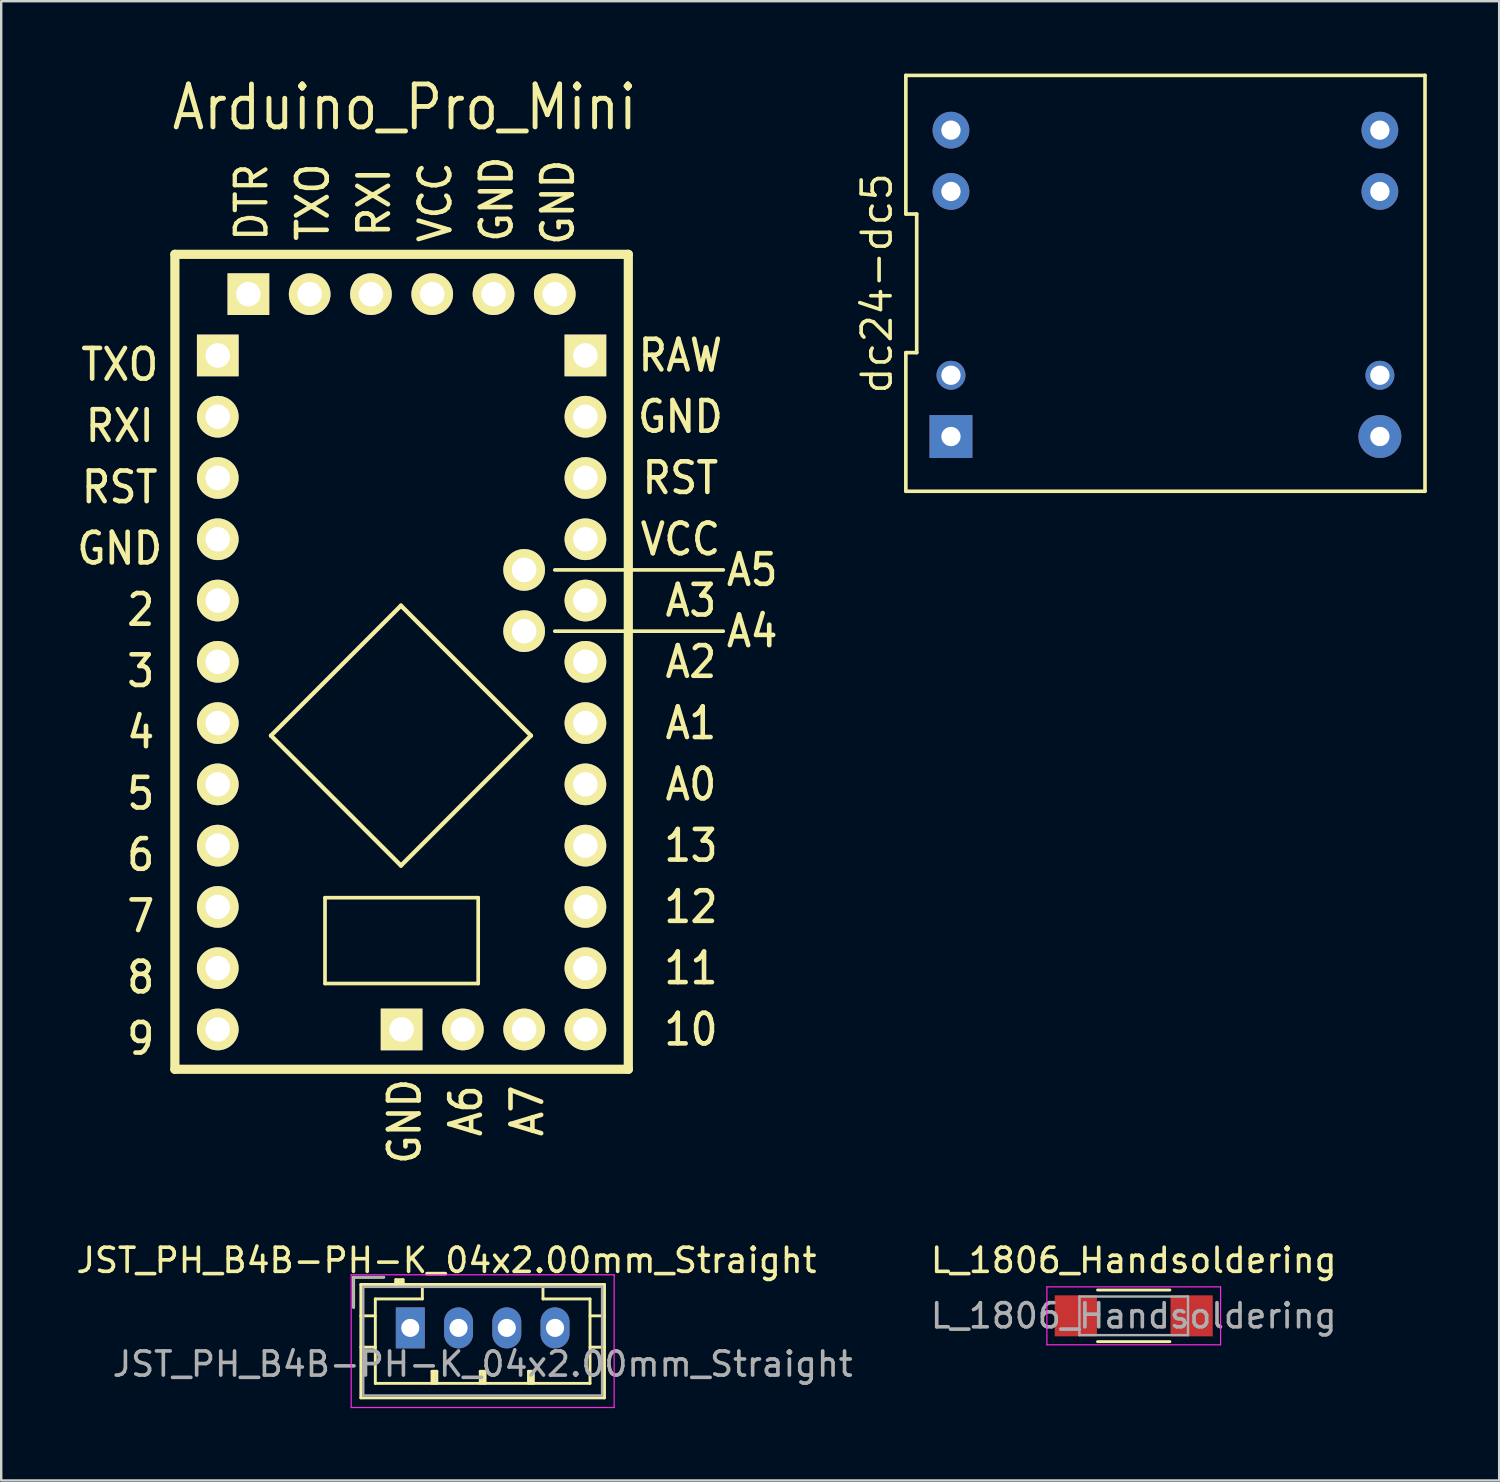
<source format=kicad_pcb>
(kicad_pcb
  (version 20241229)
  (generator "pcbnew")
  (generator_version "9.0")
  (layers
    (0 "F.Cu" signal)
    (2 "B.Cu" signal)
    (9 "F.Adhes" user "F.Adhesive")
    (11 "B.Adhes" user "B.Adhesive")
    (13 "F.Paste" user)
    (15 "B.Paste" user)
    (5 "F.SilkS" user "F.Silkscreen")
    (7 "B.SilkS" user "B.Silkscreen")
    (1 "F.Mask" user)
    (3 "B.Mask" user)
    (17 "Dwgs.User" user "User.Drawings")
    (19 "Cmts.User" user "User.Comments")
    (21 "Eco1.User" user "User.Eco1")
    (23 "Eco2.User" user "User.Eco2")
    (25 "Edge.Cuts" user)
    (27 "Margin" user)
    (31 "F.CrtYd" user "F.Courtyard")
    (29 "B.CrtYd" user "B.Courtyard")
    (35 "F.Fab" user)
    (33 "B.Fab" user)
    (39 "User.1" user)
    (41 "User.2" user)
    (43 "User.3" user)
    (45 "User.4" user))
  (footprint "JST_PH_B4B-PH-K_04x2.00mm_Straight"
    (layer "F.Cu")
    (at 13.958 51.995)
    (property "Reference" "JST_PH_B4B-PH-K_04x2.00mm_Straight" (at 1.5 -2.8 0) (layer "F.SilkS") (effects (font (size 1 1) (thickness 0.15))))
    (attr through_hole)
    (fp_line (start -2.35 -2.1) (end -2.35 -0.85) (stroke (width 0.12) (type solid)) (layer "F.SilkS"))
    (fp_line (start -2.05 -1.8) (end -2.05 2.9) (stroke (width 0.12) (type solid)) (layer "F.SilkS"))
    (fp_line (start -2.05 -0.5) (end -1.45 -0.5) (stroke (width 0.12) (type solid)) (layer "F.SilkS"))
    (fp_line (start -2.05 0.8) (end -1.45 0.8) (stroke (width 0.12) (type solid)) (layer "F.SilkS"))
    (fp_line (start -2.05 2.9) (end 8.05 2.9) (stroke (width 0.12) (type solid)) (layer "F.SilkS"))
    (fp_line (start -1.45 -1.2) (end -1.45 2.3) (stroke (width 0.12) (type solid)) (layer "F.SilkS"))
    (fp_line (start -1.45 2.3) (end 7.45 2.3) (stroke (width 0.12) (type solid)) (layer "F.SilkS"))
    (fp_line (start -1.1 -2.1) (end -2.35 -2.1) (stroke (width 0.12) (type solid)) (layer "F.SilkS"))
    (fp_line (start -0.6 -2) (end -0.6 -1.8) (stroke (width 0.12) (type solid)) (layer "F.SilkS"))
    (fp_line (start -0.3 -2) (end -0.6 -2) (stroke (width 0.12) (type solid)) (layer "F.SilkS"))
    (fp_line (start -0.3 -1.9) (end -0.6 -1.9) (stroke (width 0.12) (type solid)) (layer "F.SilkS"))
    (fp_line (start -0.3 -1.8) (end -0.3 -2) (stroke (width 0.12) (type solid)) (layer "F.SilkS"))
    (fp_line (start 0.5 -1.8) (end 0.5 -1.2) (stroke (width 0.12) (type solid)) (layer "F.SilkS"))
    (fp_line (start 0.5 -1.2) (end -1.45 -1.2) (stroke (width 0.12) (type solid)) (layer "F.SilkS"))
    (fp_line (start 0.9 1.8) (end 1.1 1.8) (stroke (width 0.12) (type solid)) (layer "F.SilkS"))
    (fp_line (start 0.9 2.3) (end 0.9 1.8) (stroke (width 0.12) (type solid)) (layer "F.SilkS"))
    (fp_line (start 1 2.3) (end 1 1.8) (stroke (width 0.12) (type solid)) (layer "F.SilkS"))
    (fp_line (start 1.1 1.8) (end 1.1 2.3) (stroke (width 0.12) (type solid)) (layer "F.SilkS"))
    (fp_line (start 2.9 1.8) (end 3.1 1.8) (stroke (width 0.12) (type solid)) (layer "F.SilkS"))
    (fp_line (start 2.9 2.3) (end 2.9 1.8) (stroke (width 0.12) (type solid)) (layer "F.SilkS"))
    (fp_line (start 3 2.3) (end 3 1.8) (stroke (width 0.12) (type solid)) (layer "F.SilkS"))
    (fp_line (start 3.1 1.8) (end 3.1 2.3) (stroke (width 0.12) (type solid)) (layer "F.SilkS"))
    (fp_line (start 4.9 1.8) (end 5.1 1.8) (stroke (width 0.12) (type solid)) (layer "F.SilkS"))
    (fp_line (start 4.9 2.3) (end 4.9 1.8) (stroke (width 0.12) (type solid)) (layer "F.SilkS"))
    (fp_line (start 5 2.3) (end 5 1.8) (stroke (width 0.12) (type solid)) (layer "F.SilkS"))
    (fp_line (start 5.1 1.8) (end 5.1 2.3) (stroke (width 0.12) (type solid)) (layer "F.SilkS"))
    (fp_line (start 5.5 -1.2) (end 5.5 -1.8) (stroke (width 0.12) (type solid)) (layer "F.SilkS"))
    (fp_line (start 7.45 -1.2) (end 5.5 -1.2) (stroke (width 0.12) (type solid)) (layer "F.SilkS"))
    (fp_line (start 7.45 2.3) (end 7.45 -1.2) (stroke (width 0.12) (type solid)) (layer "F.SilkS"))
    (fp_line (start 8.05 -1.8) (end -2.05 -1.8) (stroke (width 0.12) (type solid)) (layer "F.SilkS"))
    (fp_line (start 8.05 -0.5) (end 7.45 -0.5) (stroke (width 0.12) (type solid)) (layer "F.SilkS"))
    (fp_line (start 8.05 0.8) (end 7.45 0.8) (stroke (width 0.12) (type solid)) (layer "F.SilkS"))
    (fp_line (start 8.05 2.9) (end 8.05 -1.8) (stroke (width 0.12) (type solid)) (layer "F.SilkS"))
    (fp_line (start -2.45 -2.2) (end -2.45 3.3) (stroke (width 0.05) (type solid)) (layer "F.CrtYd"))
    (fp_line (start -2.45 3.3) (end 8.45 3.3) (stroke (width 0.05) (type solid)) (layer "F.CrtYd"))
    (fp_line (start 8.45 -2.2) (end -2.45 -2.2) (stroke (width 0.05) (type solid)) (layer "F.CrtYd"))
    (fp_line (start 8.45 3.3) (end 8.45 -2.2) (stroke (width 0.05) (type solid)) (layer "F.CrtYd"))
    (fp_line (start -2.35 -2.1) (end -2.35 -0.85) (stroke (width 0.1) (type solid)) (layer "F.Fab"))
    (fp_line (start -1.95 -1.7) (end -1.95 2.8) (stroke (width 0.1) (type solid)) (layer "F.Fab"))
    (fp_line (start -1.95 2.8) (end 7.95 2.8) (stroke (width 0.1) (type solid)) (layer "F.Fab"))
    (fp_line (start -1.1 -2.1) (end -2.35 -2.1) (stroke (width 0.1) (type solid)) (layer "F.Fab"))
    (fp_line (start 7.95 -1.7) (end -1.95 -1.7) (stroke (width 0.1) (type solid)) (layer "F.Fab"))
    (fp_line (start 7.95 2.8) (end 7.95 -1.7) (stroke (width 0.1) (type solid)) (layer "F.Fab"))
    (fp_text user "${REFERENCE}" (at 3 1.5 0) (layer "F.Fab") (effects (font (size 1 1) (thickness 0.15))))
    (pad "1" thru_hole rect (at 0 0) (size 1.2 1.7) (drill 0.75) (layers "*.Cu" "*.Mask"))
    (pad "2" thru_hole oval (at 2 0) (size 1.2 1.7) (drill 0.75) (layers "*.Cu" "*.Mask"))
    (pad "3" thru_hole oval (at 4 0) (size 1.2 1.7) (drill 0.75) (layers "*.Cu" "*.Mask"))
    (pad "4" thru_hole oval (at 6 0) (size 1.2 1.7) (drill 0.75) (layers "*.Cu" "*.Mask")))
  (footprint "Arduino_Pro_Mini"
    (layer "F.Cu")
    (at 13.597 24.384)
    (property "Reference" "Arduino_Pro_Mini" (at 0.127 -22.987 0) (layer "F.SilkS") (effects (font (size 1.778 1.524) (thickness 0.203))))
    (attr through_hole)
    (fp_line (start -9.398 -16.891) (end 9.398 -16.891) (stroke (width 0.381) (type solid)) (layer "F.SilkS"))
    (fp_line (start -9.398 16.891) (end -9.398 -16.891) (stroke (width 0.381) (type solid)) (layer "F.SilkS"))
    (fp_line (start -5.414 3.059) (end -0.026 -2.329) (stroke (width 0.178) (type solid)) (layer "F.SilkS"))
    (fp_line (start -5.414 3.059) (end -0.026 8.447) (stroke (width 0.178) (type solid)) (layer "F.SilkS"))
    (fp_line (start -3.175 9.779) (end -3.175 13.335) (stroke (width 0.152) (type solid)) (layer "F.SilkS"))
    (fp_line (start -3.175 13.335) (end 3.175 13.335) (stroke (width 0.152) (type solid)) (layer "F.SilkS"))
    (fp_line (start -0.026 -2.329) (end 5.362 3.059) (stroke (width 0.178) (type solid)) (layer "F.SilkS"))
    (fp_line (start -0.026 8.447) (end 5.362 3.059) (stroke (width 0.178) (type solid)) (layer "F.SilkS"))
    (fp_line (start 3.175 9.779) (end -3.175 9.779) (stroke (width 0.152) (type solid)) (layer "F.SilkS"))
    (fp_line (start 3.175 9.779) (end 3.175 13.335) (stroke (width 0.152) (type solid)) (layer "F.SilkS"))
    (fp_line (start 6.35 -3.81) (end 13.335 -3.81) (stroke (width 0.152) (type solid)) (layer "F.SilkS"))
    (fp_line (start 6.35 -1.27) (end 13.335 -1.27) (stroke (width 0.152) (type solid)) (layer "F.SilkS"))
    (fp_line (start 9.398 -16.891) (end 9.398 16.891) (stroke (width 0.381) (type solid)) (layer "F.SilkS"))
    (fp_line (start 9.398 16.891) (end -9.398 16.891) (stroke (width 0.381) (type solid)) (layer "F.SilkS"))
    (fp_text user "TXO" (at -3.683 -19.05 90) (layer "F.SilkS") (effects (font (size 1.27 1.143) (thickness 0.191))))
    (fp_text user " 12" (at 11.557 10.16 0) (layer "F.SilkS") (effects (font (size 1.27 1.143) (thickness 0.191))))
    (fp_text user "GND" (at 3.937 -19.177 90) (layer "F.SilkS") (effects (font (size 1.27 1.143) (thickness 0.191))))
    (fp_text user "  2" (at -11.684 -2.159 0) (layer "F.SilkS") (effects (font (size 1.27 1.143) (thickness 0.191))))
    (fp_text user "GND" (at 11.557 -10.16 0) (layer "F.SilkS") (effects (font (size 1.27 1.143) (thickness 0.191))))
    (fp_text user "  7" (at -11.684 10.541 0) (layer "F.SilkS") (effects (font (size 1.27 1.143) (thickness 0.191))))
    (fp_text user "  8" (at -11.684 13.081 0) (layer "F.SilkS") (effects (font (size 1.27 1.143) (thickness 0.191))))
    (fp_text user " A2" (at 11.557 0 0) (layer "F.SilkS") (effects (font (size 1.27 1.143) (thickness 0.191))))
    (fp_text user "GND" (at 0.127 19.05 90) (layer "F.SilkS") (effects (font (size 1.27 1.143) (thickness 0.191))))
    (fp_text user "  6" (at -11.684 8.001 0) (layer "F.SilkS") (effects (font (size 1.27 1.143) (thickness 0.191))))
    (fp_text user "RST" (at 11.557 -7.62 0) (layer "F.SilkS") (effects (font (size 1.27 1.143) (thickness 0.191))))
    (fp_text user "  5" (at -11.684 5.461 0) (layer "F.SilkS") (effects (font (size 1.27 1.143) (thickness 0.191))))
    (fp_text user "  4" (at -11.684 2.921 0) (layer "F.SilkS") (effects (font (size 1.27 1.143) (thickness 0.191))))
    (fp_text user " A0" (at 11.557 5.08 0) (layer "F.SilkS") (effects (font (size 1.27 1.143) (thickness 0.191))))
    (fp_text user "DTR" (at -6.223 -19.05 90) (layer "F.SilkS") (effects (font (size 1.27 1.143) (thickness 0.178))))
    (fp_text user " 13" (at 11.557 7.62 0) (layer "F.SilkS") (effects (font (size 1.27 1.143) (thickness 0.191))))
    (fp_text user "  3" (at -11.684 0.381 0) (layer "F.SilkS") (effects (font (size 1.27 1.143) (thickness 0.191))))
    (fp_text user "GND" (at -11.684 -4.699 0) (layer "F.SilkS") (effects (font (size 1.27 1.143) (thickness 0.191))))
    (fp_text user " A6" (at 2.667 19.05 90) (layer "F.SilkS") (effects (font (size 1.27 1.143) (thickness 0.191))))
    (fp_text user " 11" (at 11.557 12.7 0) (layer "F.SilkS") (effects (font (size 1.27 1.143) (thickness 0.191))))
    (fp_text user "VCC" (at 11.557 -5.08 0) (layer "F.SilkS") (effects (font (size 1.27 1.143) (thickness 0.191))))
    (fp_text user "TXO" (at -11.684 -12.319 0) (layer "F.SilkS") (effects (font (size 1.27 1.143) (thickness 0.191))))
    (fp_text user " A4" (at 14.097 -1.27 0) (layer "F.SilkS") (effects (font (size 1.27 1.143) (thickness 0.191))))
    (fp_text user "RXI" (at -11.684 -9.779 0) (layer "F.SilkS") (effects (font (size 1.27 1.143) (thickness 0.191))))
    (fp_text user "RAW" (at 11.557 -12.7 0) (layer "F.SilkS") (effects (font (size 1.27 1.143) (thickness 0.191))))
    (fp_text user " A7" (at 5.207 19.05 90) (layer "F.SilkS") (effects (font (size 1.27 1.143) (thickness 0.191))))
    (fp_text user " A1" (at 11.557 2.54 0) (layer "F.SilkS") (effects (font (size 1.27 1.143) (thickness 0.191))))
    (fp_text user "  9" (at -11.684 15.621 0) (layer "F.SilkS") (effects (font (size 1.27 1.143) (thickness 0.191))))
    (fp_text user "VCC" (at 1.397 -19.05 90) (layer "F.SilkS") (effects (font (size 1.27 1.143) (thickness 0.191))))
    (fp_text user " A5" (at 14.097 -3.81 0) (layer "F.SilkS") (effects (font (size 1.27 1.143) (thickness 0.191))))
    (fp_text user "RXI" (at -1.143 -19.05 90) (layer "F.SilkS") (effects (font (size 1.27 1.143) (thickness 0.191))))
    (fp_text user "GND" (at 6.477 -19.05 90) (layer "F.SilkS") (effects (font (size 1.27 1.143) (thickness 0.191))))
    (fp_text user " A3" (at 11.557 -2.54 0) (layer "F.SilkS") (effects (font (size 1.27 1.143) (thickness 0.191))))
    (fp_text user " 10" (at 11.557 15.24 0) (layer "F.SilkS") (effects (font (size 1.27 1.143) (thickness 0.191))))
    (fp_text user "RST" (at -11.684 -7.239 0) (layer "F.SilkS") (effects (font (size 1.27 1.143) (thickness 0.191))))
    (pad "1A" thru_hole rect (at 7.62 -12.7) (size 1.727 1.727) (drill 1.016) (layers "*.Cu" "*.Mask" "F.SilkS"))
    (pad "1B" thru_hole rect (at 0 15.24) (size 1.727 1.727) (drill 1.016) (layers "*.Cu" "*.Mask" "F.SilkS"))
    (pad "1C" thru_hole rect (at -6.35 -15.24) (size 1.727 1.727) (drill 1.016) (layers "*.Cu" "*.Mask" "F.SilkS"))
    (pad "1D" thru_hole rect (at -7.62 -12.7) (size 1.727 1.727) (drill 1.016) (layers "*.Cu" "*.Mask" "F.SilkS"))
    (pad "2A" thru_hole circle (at 7.62 -10.16) (size 1.727 1.727) (drill 1.016) (layers "*.Cu" "*.Mask" "F.SilkS"))
    (pad "2B" thru_hole circle (at 2.54 15.24) (size 1.727 1.727) (drill 1.016) (layers "*.Cu" "*.Mask" "F.SilkS"))
    (pad "2C" thru_hole circle (at -3.81 -15.24) (size 1.727 1.727) (drill 1.016) (layers "*.Cu" "*.Mask" "F.SilkS"))
    (pad "2D" thru_hole circle (at -7.62 -10.16) (size 1.727 1.727) (drill 1.016) (layers "*.Cu" "*.Mask" "F.SilkS"))
    (pad "3A" thru_hole circle (at 7.62 -7.62) (size 1.727 1.727) (drill 1.016) (layers "*.Cu" "*.Mask" "F.SilkS"))
    (pad "3B" thru_hole circle (at 5.08 15.24) (size 1.727 1.727) (drill 1.016) (layers "*.Cu" "*.Mask" "F.SilkS"))
    (pad "3C" thru_hole circle (at -1.27 -15.24) (size 1.727 1.727) (drill 1.016) (layers "*.Cu" "*.Mask" "F.SilkS"))
    (pad "3D" thru_hole circle (at -7.62 -7.62) (size 1.727 1.727) (drill 1.016) (layers "*.Cu" "*.Mask" "F.SilkS"))
    (pad "4A" thru_hole circle (at 7.62 -5.08) (size 1.727 1.727) (drill 1.016) (layers "*.Cu" "*.Mask" "F.SilkS"))
    (pad "4B" thru_hole circle (at 5.08 -1.27) (size 1.727 1.727) (drill 1.016) (layers "*.Cu" "*.Mask" "F.SilkS"))
    (pad "4C" thru_hole circle (at 1.27 -15.24) (size 1.727 1.727) (drill 1.016) (layers "*.Cu" "*.Mask" "F.SilkS"))
    (pad "4D" thru_hole circle (at -7.62 -5.08) (size 1.727 1.727) (drill 1.016) (layers "*.Cu" "*.Mask" "F.SilkS"))
    (pad "5A" thru_hole circle (at 7.62 -2.54) (size 1.727 1.727) (drill 1.016) (layers "*.Cu" "*.Mask" "F.SilkS"))
    (pad "5B" thru_hole circle (at 5.08 -3.81) (size 1.727 1.727) (drill 1.016) (layers "*.Cu" "*.Mask" "F.SilkS"))
    (pad "5C" thru_hole circle (at 3.81 -15.24) (size 1.727 1.727) (drill 1.016) (layers "*.Cu" "*.Mask" "F.SilkS"))
    (pad "5D" thru_hole circle (at -7.62 -2.54) (size 1.727 1.727) (drill 1.016) (layers "*.Cu" "*.Mask" "F.SilkS"))
    (pad "6A" thru_hole circle (at 7.62 0) (size 1.727 1.727) (drill 1.016) (layers "*.Cu" "*.Mask" "F.SilkS"))
    (pad "6C" thru_hole circle (at 6.35 -15.24) (size 1.727 1.727) (drill 1.016) (layers "*.Cu" "*.Mask" "F.SilkS"))
    (pad "6D" thru_hole circle (at -7.62 0) (size 1.727 1.727) (drill 1.016) (layers "*.Cu" "*.Mask" "F.SilkS"))
    (pad "7A" thru_hole circle (at 7.62 2.54) (size 1.727 1.727) (drill 1.016) (layers "*.Cu" "*.Mask" "F.SilkS"))
    (pad "7D" thru_hole circle (at -7.62 2.54) (size 1.727 1.727) (drill 1.016) (layers "*.Cu" "*.Mask" "F.SilkS"))
    (pad "8A" thru_hole circle (at 7.62 5.08) (size 1.727 1.727) (drill 1.016) (layers "*.Cu" "*.Mask" "F.SilkS"))
    (pad "8D" thru_hole circle (at -7.62 5.08) (size 1.727 1.727) (drill 1.016) (layers "*.Cu" "*.Mask" "F.SilkS"))
    (pad "9A" thru_hole circle (at 7.62 7.62) (size 1.727 1.727) (drill 1.016) (layers "*.Cu" "*.Mask" "F.SilkS"))
    (pad "9D" thru_hole circle (at -7.62 7.62) (size 1.727 1.727) (drill 1.016) (layers "*.Cu" "*.Mask" "F.SilkS"))
    (pad "10A" thru_hole circle (at 7.62 10.16) (size 1.727 1.727) (drill 1.016) (layers "*.Cu" "*.Mask" "F.SilkS"))
    (pad "10D" thru_hole circle (at -7.62 10.16) (size 1.727 1.727) (drill 1.016) (layers "*.Cu" "*.Mask" "F.SilkS"))
    (pad "11A" thru_hole circle (at 7.62 12.7) (size 1.727 1.727) (drill 1.016) (layers "*.Cu" "*.Mask" "F.SilkS"))
    (pad "11D" thru_hole circle (at -7.62 12.7) (size 1.727 1.727) (drill 1.016) (layers "*.Cu" "*.Mask" "F.SilkS"))
    (pad "12A" thru_hole circle (at 7.62 15.24) (size 1.727 1.727) (drill 1.016) (layers "*.Cu" "*.Mask" "F.SilkS"))
    (pad "12D" thru_hole circle (at -7.62 15.24) (size 1.727 1.727) (drill 1.016) (layers "*.Cu" "*.Mask" "F.SilkS")))
  (footprint "L_1806_Handsoldering"
    (layer "F.Cu")
    (at 43.946 51.495)
    (property "Reference" "L_1806_Handsoldering" (at 0 -2.3 0) (layer "F.SilkS") (effects (font (size 1 1) (thickness 0.15))))
    (attr smd)
    (fp_line (start -1.5 -1.07) (end 1.5 -1.07) (stroke (width 0.12) (type solid)) (layer "F.SilkS"))
    (fp_line (start 1.5 1.07) (end -1.5 1.07) (stroke (width 0.12) (type solid)) (layer "F.SilkS"))
    (fp_line (start -3.6 -1.2) (end -3.6 1.2) (stroke (width 0.05) (type solid)) (layer "F.CrtYd"))
    (fp_line (start -3.6 -1.2) (end 3.6 -1.2) (stroke (width 0.05) (type solid)) (layer "F.CrtYd"))
    (fp_line (start -3.6 1.2) (end 3.6 1.2) (stroke (width 0.05) (type solid)) (layer "F.CrtYd"))
    (fp_line (start 3.6 -1.2) (end 3.6 1.2) (stroke (width 0.05) (type solid)) (layer "F.CrtYd"))
    (fp_line (start -2.25 -0.8) (end 2.25 -0.8) (stroke (width 0.1) (type solid)) (layer "F.Fab"))
    (fp_line (start -2.25 0.8) (end -2.25 -0.8) (stroke (width 0.1) (type solid)) (layer "F.Fab"))
    (fp_line (start 2.25 -0.8) (end 2.25 0.8) (stroke (width 0.1) (type solid)) (layer "F.Fab"))
    (fp_line (start 2.25 0.8) (end -2.25 0.8) (stroke (width 0.1) (type solid)) (layer "F.Fab"))
    (fp_text user "${REFERENCE}" (at 0 0 0) (layer "F.Fab") (effects (font (size 1 1) (thickness 0.15))))
    (pad "1" smd rect (at -2.4 0) (size 1.75 1.7) (layers "F.Cu" "F.Mask" "F.Paste"))
    (pad "2" smd rect (at 2.4 0) (size 1.75 1.7) (layers "F.Cu" "F.Mask" "F.Paste")))
  (footprint "dc24-dc5"
    (layer "F.Cu")
    (at 45.26 8.695)
    (property "Reference" "dc24-dc5" (at -11.96 0 90) (layer "F.SilkS") (effects (font (size 1.2 1.2) (thickness 0.15))))
    (attr through_hole)
    (fp_line (start -10.76 -8.62) (end -10.76 -2.873) (stroke (width 0.15) (type solid)) (layer "F.SilkS"))
    (fp_line (start -10.76 -2.873) (end -10.31 -2.873) (stroke (width 0.15) (type solid)) (layer "F.SilkS"))
    (fp_line (start -10.76 2.873) (end -10.76 8.62) (stroke (width 0.15) (type solid)) (layer "F.SilkS"))
    (fp_line (start -10.76 8.62) (end 10.76 8.62) (stroke (width 0.15) (type solid)) (layer "F.SilkS"))
    (fp_line (start -10.31 -2.873) (end -10.31 2.873) (stroke (width 0.15) (type solid)) (layer "F.SilkS"))
    (fp_line (start -10.31 2.873) (end -10.76 2.873) (stroke (width 0.15) (type solid)) (layer "F.SilkS"))
    (fp_line (start 10.76 -8.62) (end -10.76 -8.62) (stroke (width 0.15) (type solid)) (layer "F.SilkS"))
    (fp_line (start 10.76 8.62) (end 10.76 -8.62) (stroke (width 0.15) (type solid)) (layer "F.SilkS"))
    (pad "1" thru_hole rect (at -8.89 6.35) (size 1.778 1.778) (drill 0.8) (layers "*.Cu" "*.Mask"))
    (pad "1.1" thru_hole circle (at -8.89 3.81) (size 1.2 1.2) (drill 0.8) (layers "*.Cu" "*.Mask"))
    (pad "2" thru_hole circle (at -8.89 -6.35) (size 1.524 1.524) (drill 0.8) (layers "*.Cu" "*.Mask"))
    (pad "2.1" thru_hole circle (at -8.89 -3.81) (size 1.524 1.524) (drill 0.8) (layers "*.Cu" "*.Mask"))
    (pad "3" thru_hole circle (at 8.89 -6.35) (size 1.524 1.524) (drill 0.8) (layers "*.Cu" "*.Mask"))
    (pad "3.1" thru_hole circle (at 8.89 -3.81) (size 1.524 1.524) (drill 0.8) (layers "*.Cu" "*.Mask"))
    (pad "4" thru_hole oval (at 8.89 6.35) (size 1.778 1.778) (drill 0.8) (layers "*.Cu" "*.Mask"))
    (pad "4.1" thru_hole circle (at 8.89 3.81) (size 1.2 1.2) (drill 0.8) (layers "*.Cu" "*.Mask")))
  (gr_rect
    (start -3 -3)
    (end 59.095 58.32)
    (stroke (width 0.1) (type default))
    (fill no)
    (layer "Edge.Cuts")))
</source>
